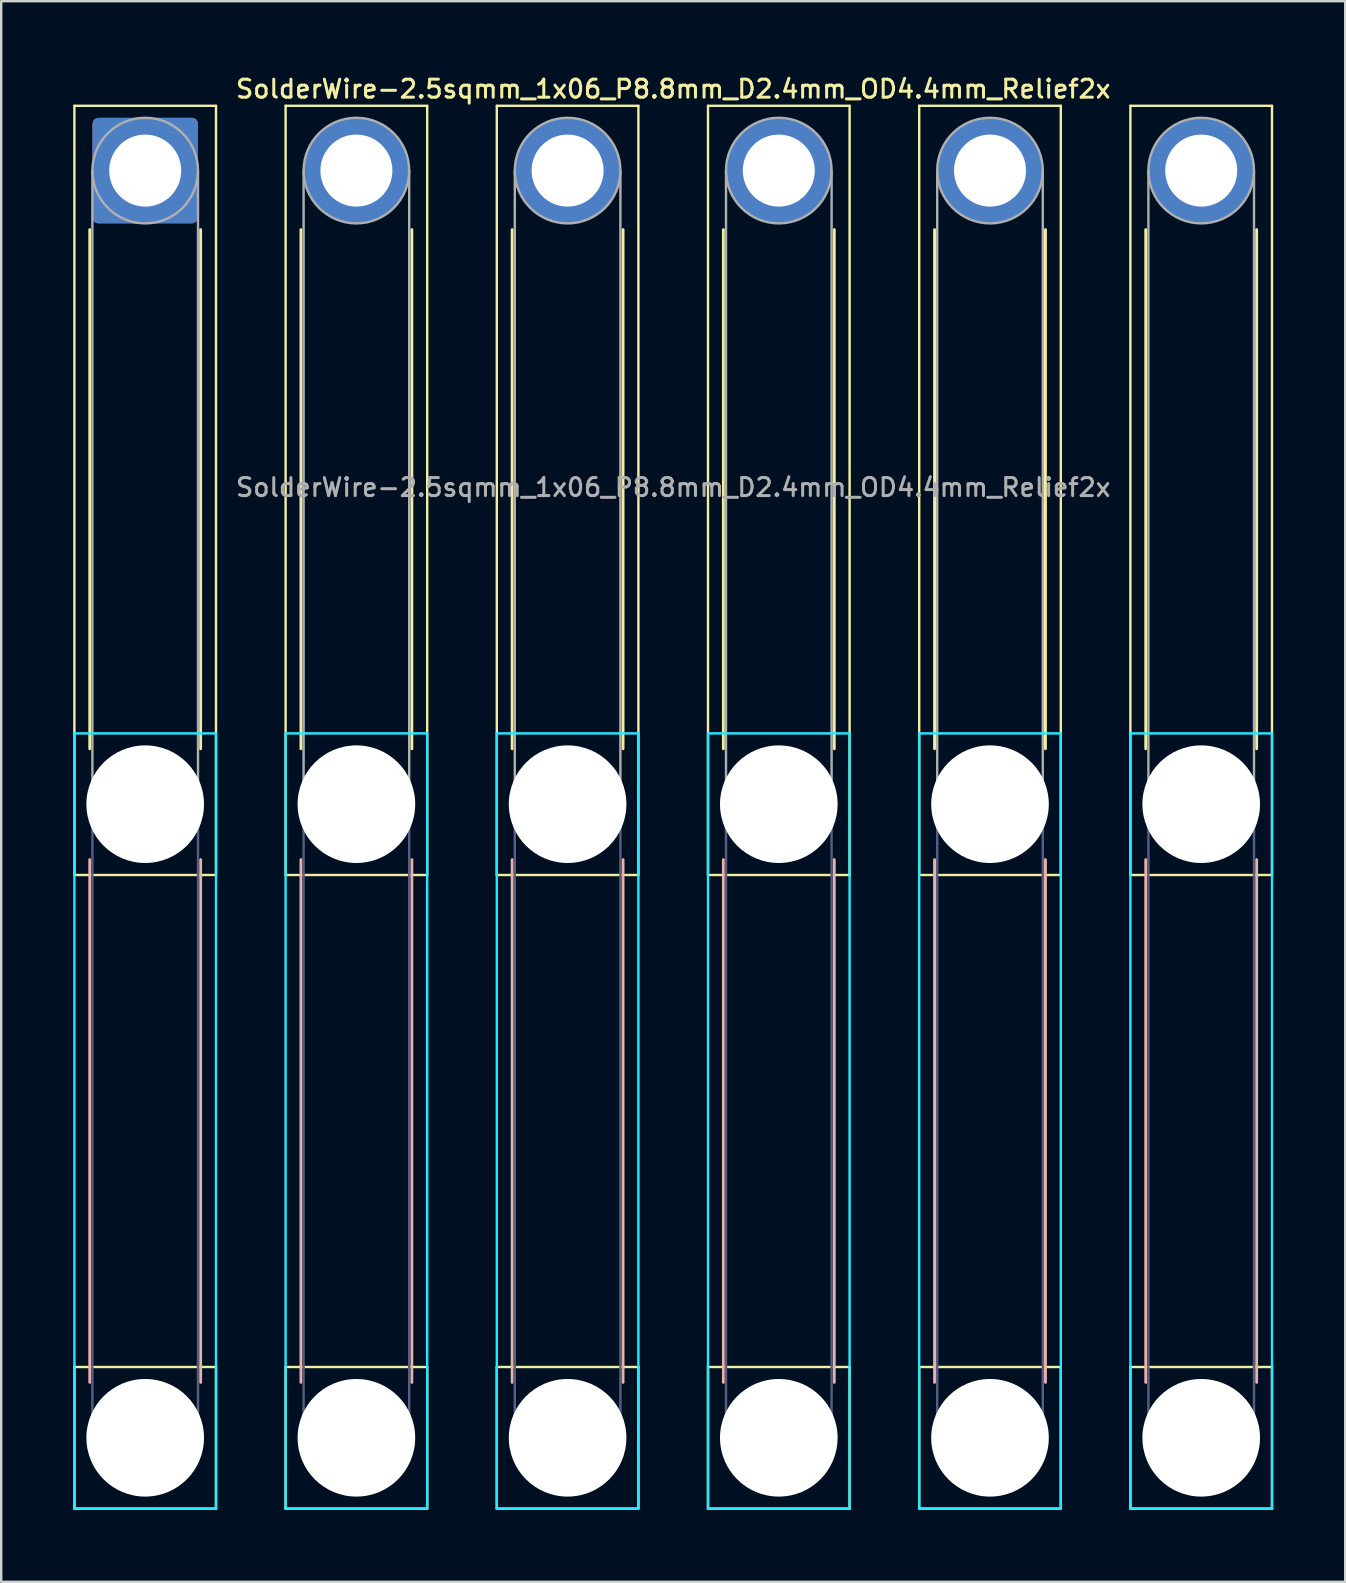
<source format=kicad_pcb>
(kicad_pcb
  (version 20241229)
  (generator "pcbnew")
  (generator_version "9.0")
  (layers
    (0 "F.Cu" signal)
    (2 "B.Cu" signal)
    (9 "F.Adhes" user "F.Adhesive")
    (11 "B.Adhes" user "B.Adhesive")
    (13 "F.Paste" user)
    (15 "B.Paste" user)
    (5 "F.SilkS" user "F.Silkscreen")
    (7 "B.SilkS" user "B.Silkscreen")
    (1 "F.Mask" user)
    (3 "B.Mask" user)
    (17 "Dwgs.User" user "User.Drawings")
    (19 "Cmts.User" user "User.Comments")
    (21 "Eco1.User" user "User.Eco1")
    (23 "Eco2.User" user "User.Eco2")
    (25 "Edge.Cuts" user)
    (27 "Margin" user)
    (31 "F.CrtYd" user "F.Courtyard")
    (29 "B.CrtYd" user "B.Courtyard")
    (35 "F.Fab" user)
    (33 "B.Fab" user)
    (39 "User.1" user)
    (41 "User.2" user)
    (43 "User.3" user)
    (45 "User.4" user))
  (footprint "SolderWire-2.5sqmm_1x06_P8.8mm_D2.4mm_OD4.4mm_Relief2x"
    (layer "F.Cu")
    (at 3 4.058)
    (property "Reference" "SolderWire-2.5sqmm_1x06_P8.8mm_D2.4mm_OD4.4mm_Relief2x" (at 22 -3.4 0) (layer "F.SilkS") (effects (font (size 0.75 0.75) (thickness 0.125))))
    (attr exclude_from_pos_files exclude_from_bom)
    (fp_line (start -2.95 -2.7) (end -2.95 29.35) (stroke (width 0.1) (type solid)) (layer "F.SilkS"))
    (fp_line (start -2.95 29.35) (end 2.95 29.35) (stroke (width 0.1) (type solid)) (layer "F.SilkS"))
    (fp_line (start -2.95 49.85) (end -2.95 55.75) (stroke (width 0.1) (type solid)) (layer "F.SilkS"))
    (fp_line (start -2.95 55.75) (end 2.95 55.75) (stroke (width 0.1) (type solid)) (layer "F.SilkS"))
    (fp_line (start -2.31 2.46) (end -2.31 24.09) (stroke (width 0.12) (type solid)) (layer "F.SilkS"))
    (fp_line (start 2.31 2.46) (end 2.31 24.09) (stroke (width 0.12) (type solid)) (layer "F.SilkS"))
    (fp_line (start 2.95 -2.7) (end -2.95 -2.7) (stroke (width 0.1) (type solid)) (layer "F.SilkS"))
    (fp_line (start 2.95 29.35) (end 2.95 -2.7) (stroke (width 0.1) (type solid)) (layer "F.SilkS"))
    (fp_line (start 2.95 49.85) (end -2.95 49.85) (stroke (width 0.1) (type solid)) (layer "F.SilkS"))
    (fp_line (start 2.95 55.75) (end 2.95 49.85) (stroke (width 0.1) (type solid)) (layer "F.SilkS"))
    (fp_line (start 5.85 -2.7) (end 5.85 29.35) (stroke (width 0.1) (type solid)) (layer "F.SilkS"))
    (fp_line (start 5.85 29.35) (end 11.75 29.35) (stroke (width 0.1) (type solid)) (layer "F.SilkS"))
    (fp_line (start 5.85 49.85) (end 5.85 55.75) (stroke (width 0.1) (type solid)) (layer "F.SilkS"))
    (fp_line (start 5.85 55.75) (end 11.75 55.75) (stroke (width 0.1) (type solid)) (layer "F.SilkS"))
    (fp_line (start 6.49 2.46) (end 6.49 24.09) (stroke (width 0.12) (type solid)) (layer "F.SilkS"))
    (fp_line (start 11.11 2.46) (end 11.11 24.09) (stroke (width 0.12) (type solid)) (layer "F.SilkS"))
    (fp_line (start 11.75 -2.7) (end 5.85 -2.7) (stroke (width 0.1) (type solid)) (layer "F.SilkS"))
    (fp_line (start 11.75 29.35) (end 11.75 -2.7) (stroke (width 0.1) (type solid)) (layer "F.SilkS"))
    (fp_line (start 11.75 49.85) (end 5.85 49.85) (stroke (width 0.1) (type solid)) (layer "F.SilkS"))
    (fp_line (start 11.75 55.75) (end 11.75 49.85) (stroke (width 0.1) (type solid)) (layer "F.SilkS"))
    (fp_line (start 14.65 -2.7) (end 14.65 29.35) (stroke (width 0.1) (type solid)) (layer "F.SilkS"))
    (fp_line (start 14.65 29.35) (end 20.55 29.35) (stroke (width 0.1) (type solid)) (layer "F.SilkS"))
    (fp_line (start 14.65 49.85) (end 14.65 55.75) (stroke (width 0.1) (type solid)) (layer "F.SilkS"))
    (fp_line (start 14.65 55.75) (end 20.55 55.75) (stroke (width 0.1) (type solid)) (layer "F.SilkS"))
    (fp_line (start 15.29 2.46) (end 15.29 24.09) (stroke (width 0.12) (type solid)) (layer "F.SilkS"))
    (fp_line (start 19.91 2.46) (end 19.91 24.09) (stroke (width 0.12) (type solid)) (layer "F.SilkS"))
    (fp_line (start 20.55 -2.7) (end 14.65 -2.7) (stroke (width 0.1) (type solid)) (layer "F.SilkS"))
    (fp_line (start 20.55 29.35) (end 20.55 -2.7) (stroke (width 0.1) (type solid)) (layer "F.SilkS"))
    (fp_line (start 20.55 49.85) (end 14.65 49.85) (stroke (width 0.1) (type solid)) (layer "F.SilkS"))
    (fp_line (start 20.55 55.75) (end 20.55 49.85) (stroke (width 0.1) (type solid)) (layer "F.SilkS"))
    (fp_line (start 23.45 -2.7) (end 23.45 29.35) (stroke (width 0.1) (type solid)) (layer "F.SilkS"))
    (fp_line (start 23.45 29.35) (end 29.35 29.35) (stroke (width 0.1) (type solid)) (layer "F.SilkS"))
    (fp_line (start 23.45 49.85) (end 23.45 55.75) (stroke (width 0.1) (type solid)) (layer "F.SilkS"))
    (fp_line (start 23.45 55.75) (end 29.35 55.75) (stroke (width 0.1) (type solid)) (layer "F.SilkS"))
    (fp_line (start 24.09 2.46) (end 24.09 24.09) (stroke (width 0.12) (type solid)) (layer "F.SilkS"))
    (fp_line (start 28.71 2.46) (end 28.71 24.09) (stroke (width 0.12) (type solid)) (layer "F.SilkS"))
    (fp_line (start 29.35 -2.7) (end 23.45 -2.7) (stroke (width 0.1) (type solid)) (layer "F.SilkS"))
    (fp_line (start 29.35 29.35) (end 29.35 -2.7) (stroke (width 0.1) (type solid)) (layer "F.SilkS"))
    (fp_line (start 29.35 49.85) (end 23.45 49.85) (stroke (width 0.1) (type solid)) (layer "F.SilkS"))
    (fp_line (start 29.35 55.75) (end 29.35 49.85) (stroke (width 0.1) (type solid)) (layer "F.SilkS"))
    (fp_line (start 32.25 -2.7) (end 32.25 29.35) (stroke (width 0.1) (type solid)) (layer "F.SilkS"))
    (fp_line (start 32.25 29.35) (end 38.15 29.35) (stroke (width 0.1) (type solid)) (layer "F.SilkS"))
    (fp_line (start 32.25 49.85) (end 32.25 55.75) (stroke (width 0.1) (type solid)) (layer "F.SilkS"))
    (fp_line (start 32.25 55.75) (end 38.15 55.75) (stroke (width 0.1) (type solid)) (layer "F.SilkS"))
    (fp_line (start 32.89 2.46) (end 32.89 24.09) (stroke (width 0.12) (type solid)) (layer "F.SilkS"))
    (fp_line (start 37.51 2.46) (end 37.51 24.09) (stroke (width 0.12) (type solid)) (layer "F.SilkS"))
    (fp_line (start 38.15 -2.7) (end 32.25 -2.7) (stroke (width 0.1) (type solid)) (layer "F.SilkS"))
    (fp_line (start 38.15 29.35) (end 38.15 -2.7) (stroke (width 0.1) (type solid)) (layer "F.SilkS"))
    (fp_line (start 38.15 49.85) (end 32.25 49.85) (stroke (width 0.1) (type solid)) (layer "F.SilkS"))
    (fp_line (start 38.15 55.75) (end 38.15 49.85) (stroke (width 0.1) (type solid)) (layer "F.SilkS"))
    (fp_line (start 41.05 -2.7) (end 41.05 29.35) (stroke (width 0.1) (type solid)) (layer "F.SilkS"))
    (fp_line (start 41.05 29.35) (end 46.95 29.35) (stroke (width 0.1) (type solid)) (layer "F.SilkS"))
    (fp_line (start 41.05 49.85) (end 41.05 55.75) (stroke (width 0.1) (type solid)) (layer "F.SilkS"))
    (fp_line (start 41.05 55.75) (end 46.95 55.75) (stroke (width 0.1) (type solid)) (layer "F.SilkS"))
    (fp_line (start 41.69 2.46) (end 41.69 24.09) (stroke (width 0.12) (type solid)) (layer "F.SilkS"))
    (fp_line (start 46.31 2.46) (end 46.31 24.09) (stroke (width 0.12) (type solid)) (layer "F.SilkS"))
    (fp_line (start 46.95 -2.7) (end 41.05 -2.7) (stroke (width 0.1) (type solid)) (layer "F.SilkS"))
    (fp_line (start 46.95 29.35) (end 46.95 -2.7) (stroke (width 0.1) (type solid)) (layer "F.SilkS"))
    (fp_line (start 46.95 49.85) (end 41.05 49.85) (stroke (width 0.1) (type solid)) (layer "F.SilkS"))
    (fp_line (start 46.95 55.75) (end 46.95 49.85) (stroke (width 0.1) (type solid)) (layer "F.SilkS"))
    (fp_line (start -2.31 28.71) (end -2.31 50.49) (stroke (width 0.12) (type solid)) (layer "B.SilkS"))
    (fp_line (start 2.31 28.71) (end 2.31 50.49) (stroke (width 0.12) (type solid)) (layer "B.SilkS"))
    (fp_line (start 6.49 28.71) (end 6.49 50.49) (stroke (width 0.12) (type solid)) (layer "B.SilkS"))
    (fp_line (start 11.11 28.71) (end 11.11 50.49) (stroke (width 0.12) (type solid)) (layer "B.SilkS"))
    (fp_line (start 15.29 28.71) (end 15.29 50.49) (stroke (width 0.12) (type solid)) (layer "B.SilkS"))
    (fp_line (start 19.91 28.71) (end 19.91 50.49) (stroke (width 0.12) (type solid)) (layer "B.SilkS"))
    (fp_line (start 24.09 28.71) (end 24.09 50.49) (stroke (width 0.12) (type solid)) (layer "B.SilkS"))
    (fp_line (start 28.71 28.71) (end 28.71 50.49) (stroke (width 0.12) (type solid)) (layer "B.SilkS"))
    (fp_line (start 32.89 28.71) (end 32.89 50.49) (stroke (width 0.12) (type solid)) (layer "B.SilkS"))
    (fp_line (start 37.51 28.71) (end 37.51 50.49) (stroke (width 0.12) (type solid)) (layer "B.SilkS"))
    (fp_line (start 41.69 28.71) (end 41.69 50.49) (stroke (width 0.12) (type solid)) (layer "B.SilkS"))
    (fp_line (start 46.31 28.71) (end 46.31 50.49) (stroke (width 0.12) (type solid)) (layer "B.SilkS"))
    (fp_line (start -2.95 23.45) (end -2.95 55.75) (stroke (width 0.1) (type solid)) (layer "B.CrtYd"))
    (fp_line (start -2.95 55.75) (end 2.95 55.75) (stroke (width 0.1) (type solid)) (layer "B.CrtYd"))
    (fp_line (start 2.95 23.45) (end -2.95 23.45) (stroke (width 0.1) (type solid)) (layer "B.CrtYd"))
    (fp_line (start 2.95 55.75) (end 2.95 23.45) (stroke (width 0.1) (type solid)) (layer "B.CrtYd"))
    (fp_line (start 5.85 23.45) (end 5.85 55.75) (stroke (width 0.1) (type solid)) (layer "B.CrtYd"))
    (fp_line (start 5.85 55.75) (end 11.75 55.75) (stroke (width 0.1) (type solid)) (layer "B.CrtYd"))
    (fp_line (start 11.75 23.45) (end 5.85 23.45) (stroke (width 0.1) (type solid)) (layer "B.CrtYd"))
    (fp_line (start 11.75 55.75) (end 11.75 23.45) (stroke (width 0.1) (type solid)) (layer "B.CrtYd"))
    (fp_line (start 14.65 23.45) (end 14.65 55.75) (stroke (width 0.1) (type solid)) (layer "B.CrtYd"))
    (fp_line (start 14.65 55.75) (end 20.55 55.75) (stroke (width 0.1) (type solid)) (layer "B.CrtYd"))
    (fp_line (start 20.55 23.45) (end 14.65 23.45) (stroke (width 0.1) (type solid)) (layer "B.CrtYd"))
    (fp_line (start 20.55 55.75) (end 20.55 23.45) (stroke (width 0.1) (type solid)) (layer "B.CrtYd"))
    (fp_line (start 23.45 23.45) (end 23.45 55.75) (stroke (width 0.1) (type solid)) (layer "B.CrtYd"))
    (fp_line (start 23.45 55.75) (end 29.35 55.75) (stroke (width 0.1) (type solid)) (layer "B.CrtYd"))
    (fp_line (start 29.35 23.45) (end 23.45 23.45) (stroke (width 0.1) (type solid)) (layer "B.CrtYd"))
    (fp_line (start 29.35 55.75) (end 29.35 23.45) (stroke (width 0.1) (type solid)) (layer "B.CrtYd"))
    (fp_line (start 32.25 23.45) (end 32.25 55.75) (stroke (width 0.1) (type solid)) (layer "B.CrtYd"))
    (fp_line (start 32.25 55.75) (end 38.15 55.75) (stroke (width 0.1) (type solid)) (layer "B.CrtYd"))
    (fp_line (start 38.15 23.45) (end 32.25 23.45) (stroke (width 0.1) (type solid)) (layer "B.CrtYd"))
    (fp_line (start 38.15 55.75) (end 38.15 23.45) (stroke (width 0.1) (type solid)) (layer "B.CrtYd"))
    (fp_line (start 41.05 23.45) (end 41.05 55.75) (stroke (width 0.1) (type solid)) (layer "B.CrtYd"))
    (fp_line (start 41.05 55.75) (end 46.95 55.75) (stroke (width 0.1) (type solid)) (layer "B.CrtYd"))
    (fp_line (start 46.95 23.45) (end 41.05 23.45) (stroke (width 0.1) (type solid)) (layer "B.CrtYd"))
    (fp_line (start 46.95 55.75) (end 46.95 23.45) (stroke (width 0.1) (type solid)) (layer "B.CrtYd"))
    (fp_line (start -2.2 26.4) (end -2.2 52.8) (stroke (width 0.1) (type solid)) (layer "B.Fab"))
    (fp_line (start 2.2 26.4) (end 2.2 52.8) (stroke (width 0.1) (type solid)) (layer "B.Fab"))
    (fp_line (start 6.6 26.4) (end 6.6 52.8) (stroke (width 0.1) (type solid)) (layer "B.Fab"))
    (fp_line (start 11 26.4) (end 11 52.8) (stroke (width 0.1) (type solid)) (layer "B.Fab"))
    (fp_line (start 15.4 26.4) (end 15.4 52.8) (stroke (width 0.1) (type solid)) (layer "B.Fab"))
    (fp_line (start 19.8 26.4) (end 19.8 52.8) (stroke (width 0.1) (type solid)) (layer "B.Fab"))
    (fp_line (start 24.2 26.4) (end 24.2 52.8) (stroke (width 0.1) (type solid)) (layer "B.Fab"))
    (fp_line (start 28.6 26.4) (end 28.6 52.8) (stroke (width 0.1) (type solid)) (layer "B.Fab"))
    (fp_line (start 33 26.4) (end 33 52.8) (stroke (width 0.1) (type solid)) (layer "B.Fab"))
    (fp_line (start 37.4 26.4) (end 37.4 52.8) (stroke (width 0.1) (type solid)) (layer "B.Fab"))
    (fp_line (start 41.8 26.4) (end 41.8 52.8) (stroke (width 0.1) (type solid)) (layer "B.Fab"))
    (fp_line (start 46.2 26.4) (end 46.2 52.8) (stroke (width 0.1) (type solid)) (layer "B.Fab"))
    (fp_circle (center 0 26.4) (end 2.2 26.4) (stroke (width 0.1) (type solid)) (fill no) (layer "B.Fab"))
    (fp_circle (center 0 52.8) (end 2.2 52.8) (stroke (width 0.1) (type solid)) (fill no) (layer "B.Fab"))
    (fp_circle (center 8.8 26.4) (end 11 26.4) (stroke (width 0.1) (type solid)) (fill no) (layer "B.Fab"))
    (fp_circle (center 8.8 52.8) (end 11 52.8) (stroke (width 0.1) (type solid)) (fill no) (layer "B.Fab"))
    (fp_circle (center 17.6 26.4) (end 19.8 26.4) (stroke (width 0.1) (type solid)) (fill no) (layer "B.Fab"))
    (fp_circle (center 17.6 52.8) (end 19.8 52.8) (stroke (width 0.1) (type solid)) (fill no) (layer "B.Fab"))
    (fp_circle (center 26.4 26.4) (end 28.6 26.4) (stroke (width 0.1) (type solid)) (fill no) (layer "B.Fab"))
    (fp_circle (center 26.4 52.8) (end 28.6 52.8) (stroke (width 0.1) (type solid)) (fill no) (layer "B.Fab"))
    (fp_circle (center 35.2 26.4) (end 37.4 26.4) (stroke (width 0.1) (type solid)) (fill no) (layer "B.Fab"))
    (fp_circle (center 35.2 52.8) (end 37.4 52.8) (stroke (width 0.1) (type solid)) (fill no) (layer "B.Fab"))
    (fp_circle (center 44 26.4) (end 46.2 26.4) (stroke (width 0.1) (type solid)) (fill no) (layer "B.Fab"))
    (fp_circle (center 44 52.8) (end 46.2 52.8) (stroke (width 0.1) (type solid)) (fill no) (layer "B.Fab"))
    (fp_line (start -2.2 0) (end -2.2 26.4) (stroke (width 0.1) (type solid)) (layer "F.Fab"))
    (fp_line (start 2.2 0) (end 2.2 26.4) (stroke (width 0.1) (type solid)) (layer "F.Fab"))
    (fp_line (start 6.6 0) (end 6.6 26.4) (stroke (width 0.1) (type solid)) (layer "F.Fab"))
    (fp_line (start 11 0) (end 11 26.4) (stroke (width 0.1) (type solid)) (layer "F.Fab"))
    (fp_line (start 15.4 0) (end 15.4 26.4) (stroke (width 0.1) (type solid)) (layer "F.Fab"))
    (fp_line (start 19.8 0) (end 19.8 26.4) (stroke (width 0.1) (type solid)) (layer "F.Fab"))
    (fp_line (start 24.2 0) (end 24.2 26.4) (stroke (width 0.1) (type solid)) (layer "F.Fab"))
    (fp_line (start 28.6 0) (end 28.6 26.4) (stroke (width 0.1) (type solid)) (layer "F.Fab"))
    (fp_line (start 33 0) (end 33 26.4) (stroke (width 0.1) (type solid)) (layer "F.Fab"))
    (fp_line (start 37.4 0) (end 37.4 26.4) (stroke (width 0.1) (type solid)) (layer "F.Fab"))
    (fp_line (start 41.8 0) (end 41.8 26.4) (stroke (width 0.1) (type solid)) (layer "F.Fab"))
    (fp_line (start 46.2 0) (end 46.2 26.4) (stroke (width 0.1) (type solid)) (layer "F.Fab"))
    (fp_circle (center 0 0) (end 2.2 0) (stroke (width 0.1) (type solid)) (fill no) (layer "F.Fab"))
    (fp_circle (center 0 26.4) (end 2.2 26.4) (stroke (width 0.1) (type solid)) (fill no) (layer "F.Fab"))
    (fp_circle (center 0 52.8) (end 2.2 52.8) (stroke (width 0.1) (type solid)) (fill no) (layer "F.Fab"))
    (fp_circle (center 8.8 0) (end 11 0) (stroke (width 0.1) (type solid)) (fill no) (layer "F.Fab"))
    (fp_circle (center 8.8 26.4) (end 11 26.4) (stroke (width 0.1) (type solid)) (fill no) (layer "F.Fab"))
    (fp_circle (center 8.8 52.8) (end 11 52.8) (stroke (width 0.1) (type solid)) (fill no) (layer "F.Fab"))
    (fp_circle (center 17.6 0) (end 19.8 0) (stroke (width 0.1) (type solid)) (fill no) (layer "F.Fab"))
    (fp_circle (center 17.6 26.4) (end 19.8 26.4) (stroke (width 0.1) (type solid)) (fill no) (layer "F.Fab"))
    (fp_circle (center 17.6 52.8) (end 19.8 52.8) (stroke (width 0.1) (type solid)) (fill no) (layer "F.Fab"))
    (fp_circle (center 26.4 0) (end 28.6 0) (stroke (width 0.1) (type solid)) (fill no) (layer "F.Fab"))
    (fp_circle (center 26.4 26.4) (end 28.6 26.4) (stroke (width 0.1) (type solid)) (fill no) (layer "F.Fab"))
    (fp_circle (center 26.4 52.8) (end 28.6 52.8) (stroke (width 0.1) (type solid)) (fill no) (layer "F.Fab"))
    (fp_circle (center 35.2 0) (end 37.4 0) (stroke (width 0.1) (type solid)) (fill no) (layer "F.Fab"))
    (fp_circle (center 35.2 26.4) (end 37.4 26.4) (stroke (width 0.1) (type solid)) (fill no) (layer "F.Fab"))
    (fp_circle (center 35.2 52.8) (end 37.4 52.8) (stroke (width 0.1) (type solid)) (fill no) (layer "F.Fab"))
    (fp_circle (center 44 0) (end 46.2 0) (stroke (width 0.1) (type solid)) (fill no) (layer "F.Fab"))
    (fp_circle (center 44 26.4) (end 46.2 26.4) (stroke (width 0.1) (type solid)) (fill no) (layer "F.Fab"))
    (fp_circle (center 44 52.8) (end 46.2 52.8) (stroke (width 0.1) (type solid)) (fill no) (layer "F.Fab"))
    (fp_text user "${REFERENCE}" (at 22 13.2 0) (layer "F.Fab") (effects (font (size 0.75 0.75) (thickness 0.125))))
    (pad "" np_thru_hole circle (at 0 26.4) (size 4.9 4.9) (drill 4.9) (layers "*.Cu" "*.Mask"))
    (pad "" np_thru_hole circle (at 0 52.8) (size 4.9 4.9) (drill 4.9) (layers "*.Cu" "*.Mask"))
    (pad "" np_thru_hole circle (at 8.8 26.4) (size 4.9 4.9) (drill 4.9) (layers "*.Cu" "*.Mask"))
    (pad "" np_thru_hole circle (at 8.8 52.8) (size 4.9 4.9) (drill 4.9) (layers "*.Cu" "*.Mask"))
    (pad "" np_thru_hole circle (at 17.6 26.4) (size 4.9 4.9) (drill 4.9) (layers "*.Cu" "*.Mask"))
    (pad "" np_thru_hole circle (at 17.6 52.8) (size 4.9 4.9) (drill 4.9) (layers "*.Cu" "*.Mask"))
    (pad "" np_thru_hole circle (at 26.4 26.4) (size 4.9 4.9) (drill 4.9) (layers "*.Cu" "*.Mask"))
    (pad "" np_thru_hole circle (at 26.4 52.8) (size 4.9 4.9) (drill 4.9) (layers "*.Cu" "*.Mask"))
    (pad "" np_thru_hole circle (at 35.2 26.4) (size 4.9 4.9) (drill 4.9) (layers "*.Cu" "*.Mask"))
    (pad "" np_thru_hole circle (at 35.2 52.8) (size 4.9 4.9) (drill 4.9) (layers "*.Cu" "*.Mask"))
    (pad "" np_thru_hole circle (at 44 26.4) (size 4.9 4.9) (drill 4.9) (layers "*.Cu" "*.Mask"))
    (pad "" np_thru_hole circle (at 44 52.8) (size 4.9 4.9) (drill 4.9) (layers "*.Cu" "*.Mask"))
    (pad "1" thru_hole roundrect (at 0 0) (size 4.4 4.4) (drill 3) (layers "*.Cu" "*.Mask") (roundrect_rratio 0.057))
    (pad "2" thru_hole circle (at 8.8 0) (size 4.4 4.4) (drill 3) (layers "*.Cu" "*.Mask"))
    (pad "3" thru_hole circle (at 17.6 0) (size 4.4 4.4) (drill 3) (layers "*.Cu" "*.Mask"))
    (pad "4" thru_hole circle (at 26.4 0) (size 4.4 4.4) (drill 3) (layers "*.Cu" "*.Mask"))
    (pad "5" thru_hole circle (at 35.2 0) (size 4.4 4.4) (drill 3) (layers "*.Cu" "*.Mask"))
    (pad "6" thru_hole circle (at 44 0) (size 4.4 4.4) (drill 3) (layers "*.Cu" "*.Mask")))
  (gr_rect
    (start -3 -3)
    (end 53 62.858)
    (stroke (width 0.1) (type default))
    (fill no)
    (layer "Edge.Cuts")))
</source>
